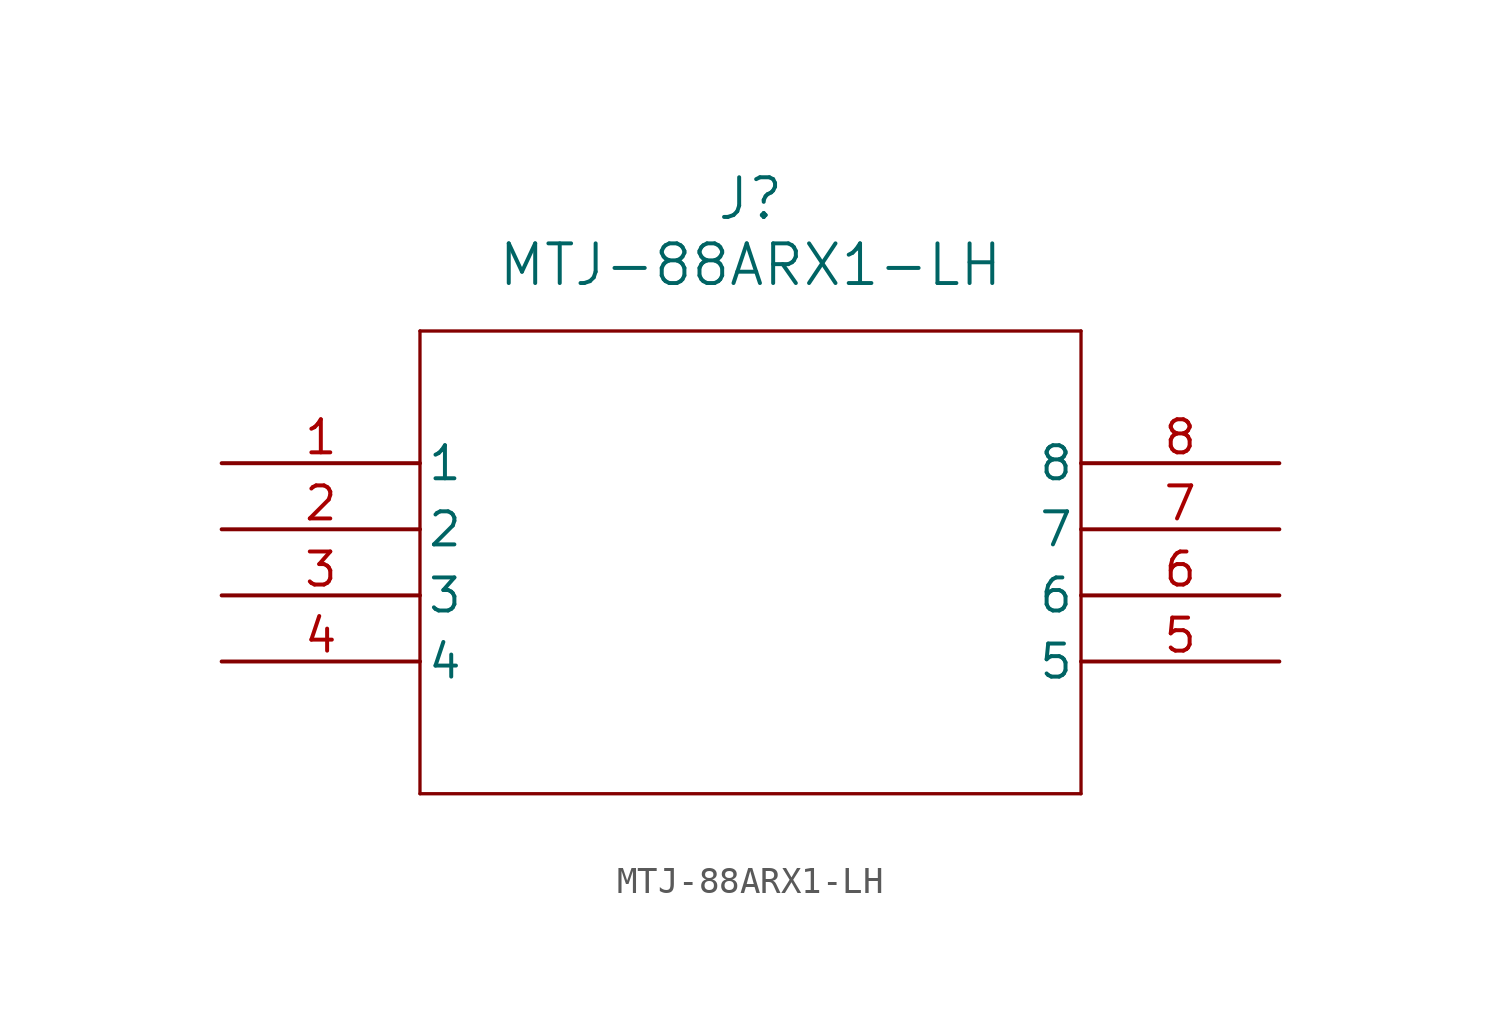
<source format=kicad_sym>
(kicad_symbol_lib
  (version 20211014)
  (generator kicad_symbol_editor)
  (symbol "MTJ-88ARX1-LH"
    (pin_names
      (offset 0.254))
    (property "Reference" "J"
      (at 20.32 10.16 0)
      (effects (font (size 1.524 1.524))))
    (property "Value" "MTJ-88ARX1-LH"
      (at 20.32 7.62 0)
      (effects (font (size 1.524 1.524))))
    (symbol "MTJ-88ARX1-LH_0_1"
      (polyline (pts (xy 7.62 5.08) (xy 7.62 -12.7)) (stroke (width 0.127) (type default) (color 0 0 0 0)) (fill (type none)))
      (polyline (pts (xy 7.62 -12.7) (xy 33.02 -12.7)) (stroke (width 0.127) (type default) (color 0 0 0 0)) (fill (type none)))
      (polyline (pts (xy 33.02 -12.7) (xy 33.02 5.08)) (stroke (width 0.127) (type default) (color 0 0 0 0)) (fill (type none)))
      (polyline (pts (xy 33.02 5.08) (xy 7.62 5.08)) (stroke (width 0.127) (type default) (color 0 0 0 0)) (fill (type none)))
      (pin unspecified line (at 0 0 0) (length 7.62) (name "1" (effects (font (size 1.27 1.27)))) (number "1" (effects (font (size 1.27 1.27)))))
      (pin unspecified line (at 0 -2.54 0) (length 7.62) (name "2" (effects (font (size 1.27 1.27)))) (number "2" (effects (font (size 1.27 1.27)))))
      (pin unspecified line (at 0 -5.08 0) (length 7.62) (name "3" (effects (font (size 1.27 1.27)))) (number "3" (effects (font (size 1.27 1.27)))))
      (pin unspecified line (at 0 -7.62 0) (length 7.62) (name "4" (effects (font (size 1.27 1.27)))) (number "4" (effects (font (size 1.27 1.27)))))
      (pin unspecified line (at 40.64 -7.62 180) (length 7.62) (name "5" (effects (font (size 1.27 1.27)))) (number "5" (effects (font (size 1.27 1.27)))))
      (pin unspecified line (at 40.64 -5.08 180) (length 7.62) (name "6" (effects (font (size 1.27 1.27)))) (number "6" (effects (font (size 1.27 1.27)))))
      (pin unspecified line (at 40.64 -2.54 180) (length 7.62) (name "7" (effects (font (size 1.27 1.27)))) (number "7" (effects (font (size 1.27 1.27)))))
      (pin unspecified line (at 40.64 0 180) (length 7.62) (name "8" (effects (font (size 1.27 1.27)))) (number "8" (effects (font (size 1.27 1.27))))))))
</source>
